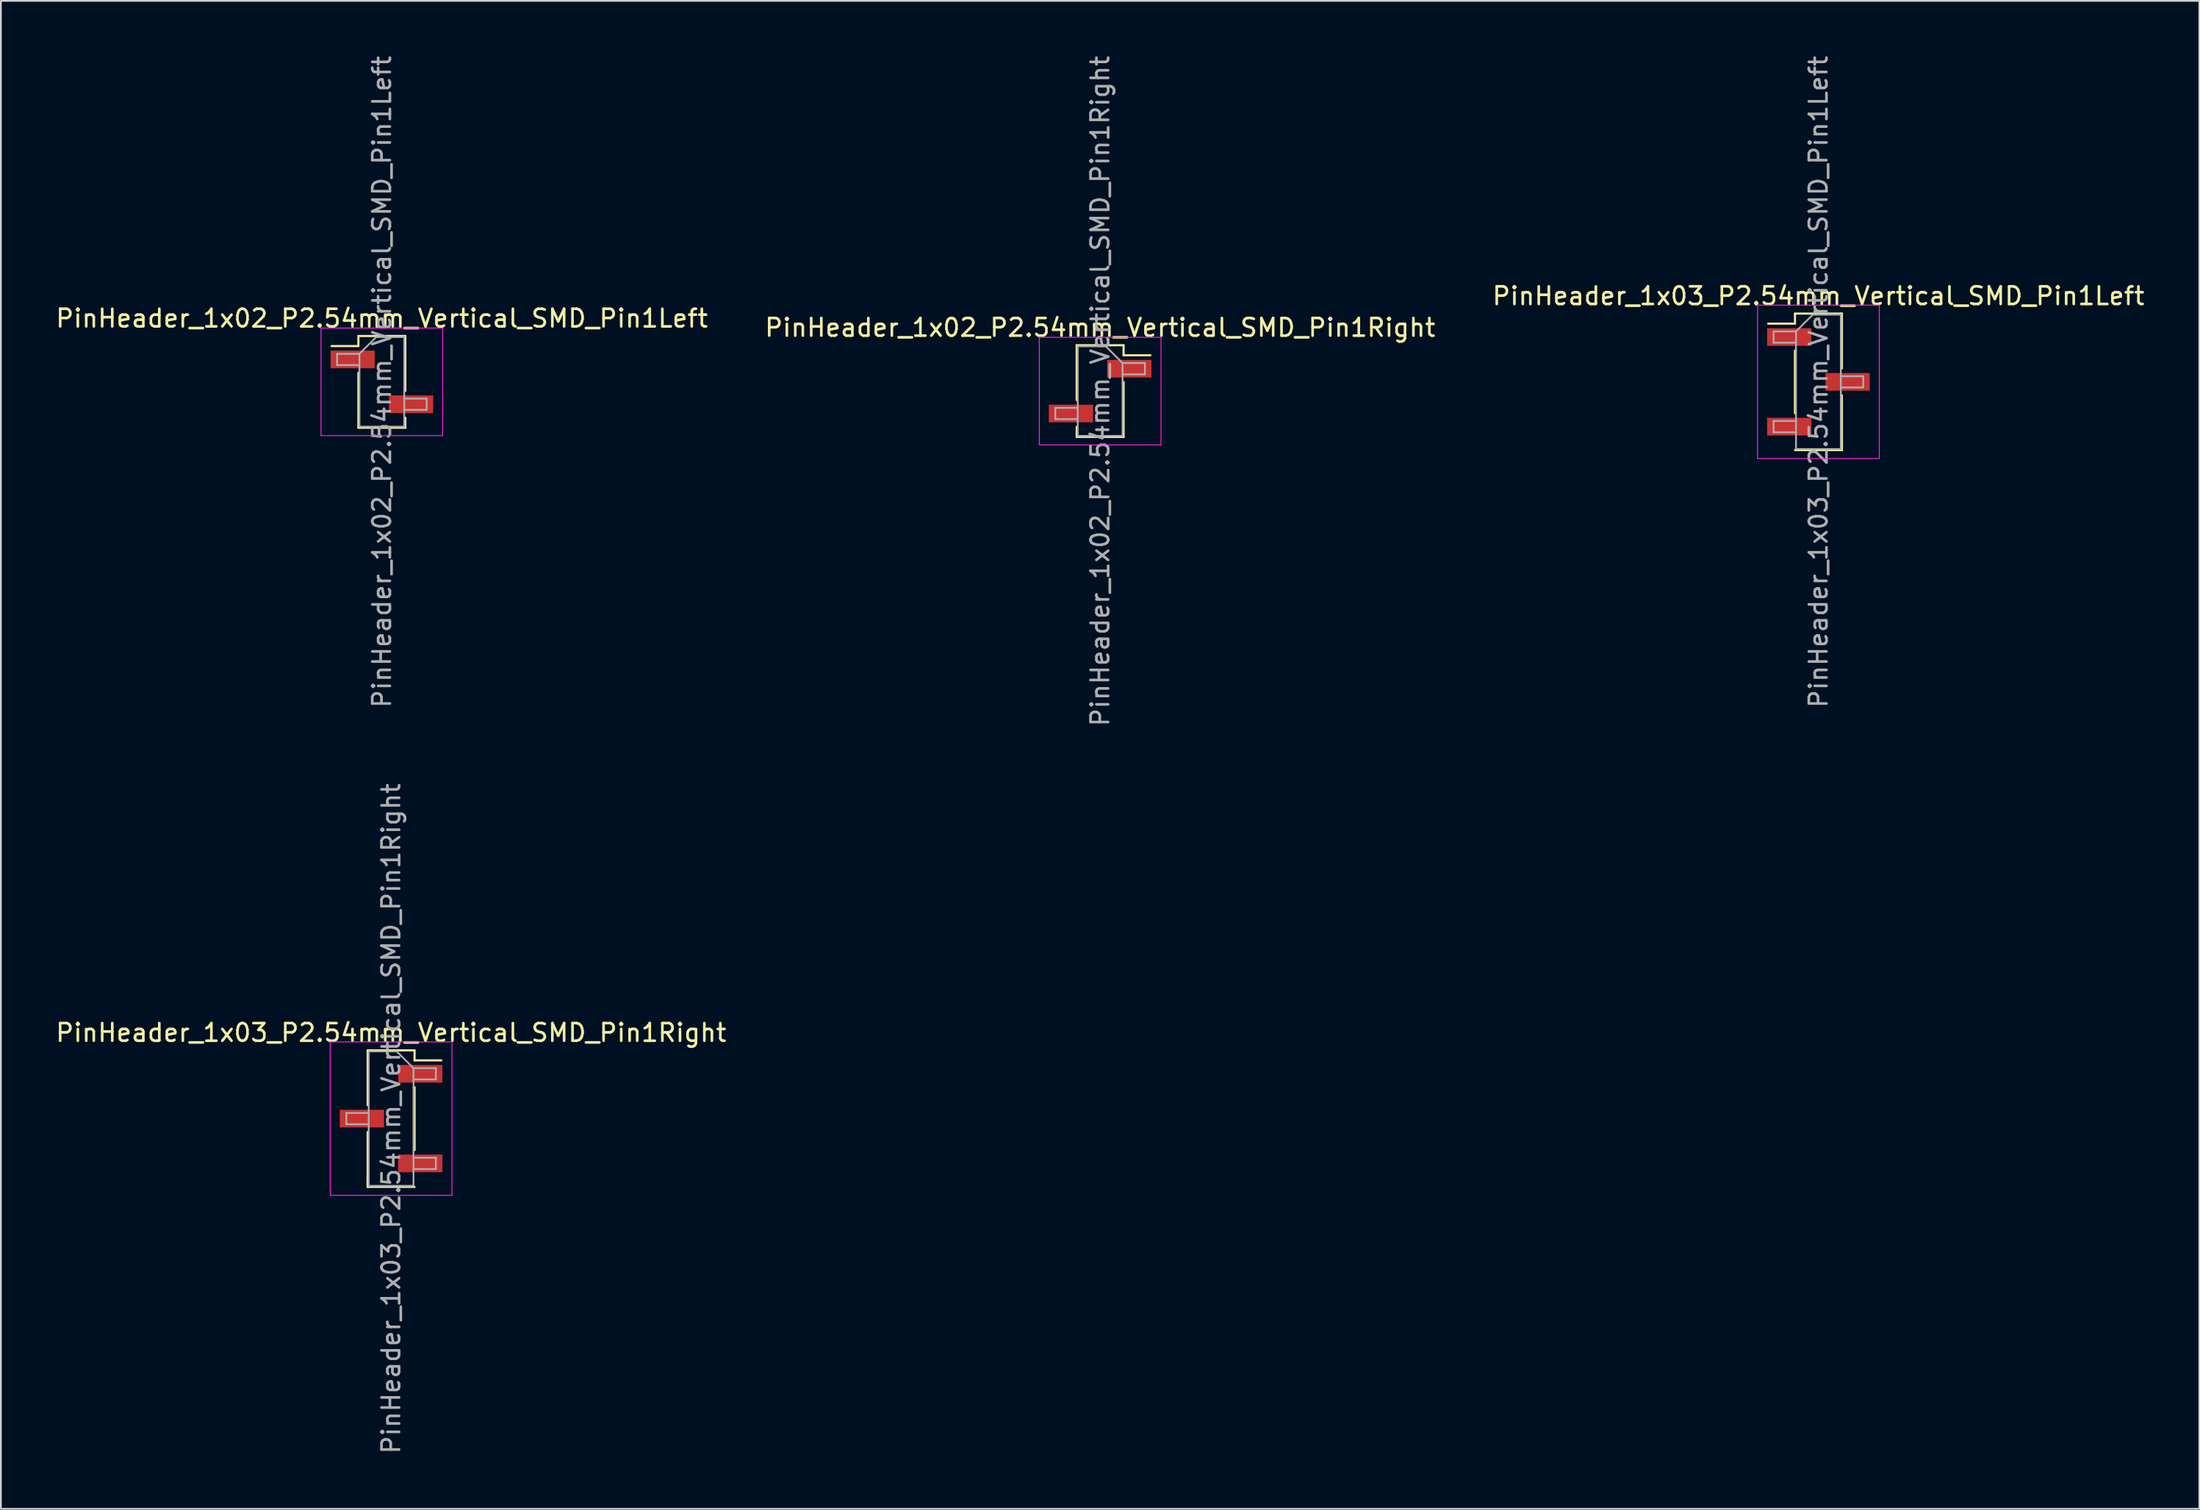
<source format=kicad_pcb>
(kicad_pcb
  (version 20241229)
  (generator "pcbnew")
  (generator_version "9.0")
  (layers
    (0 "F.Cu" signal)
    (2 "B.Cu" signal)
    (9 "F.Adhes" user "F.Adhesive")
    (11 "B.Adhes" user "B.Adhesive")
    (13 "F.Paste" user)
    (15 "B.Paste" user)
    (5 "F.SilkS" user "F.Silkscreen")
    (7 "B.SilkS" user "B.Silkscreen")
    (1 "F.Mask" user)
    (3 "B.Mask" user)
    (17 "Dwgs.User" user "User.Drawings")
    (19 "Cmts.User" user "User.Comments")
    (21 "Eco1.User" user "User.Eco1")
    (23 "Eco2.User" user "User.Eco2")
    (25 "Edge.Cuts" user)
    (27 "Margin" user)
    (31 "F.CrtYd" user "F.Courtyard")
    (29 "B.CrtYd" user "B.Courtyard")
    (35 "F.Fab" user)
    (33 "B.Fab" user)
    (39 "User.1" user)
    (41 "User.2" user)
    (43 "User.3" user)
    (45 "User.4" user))
  (footprint "PinHeader_1x02_P2.54mm_Vertical_SMD_Pin1Right"
    (layer "F.Cu")
    (at 59.327 19.125)
    (property "Reference" "PinHeader_1x02_P2.54mm_Vertical_SMD_Pin1Right" (at 0 -3.6 0) (layer "F.SilkS") (effects (font (size 1 1) (thickness 0.15))))
    (attr smd)
    (fp_line (start -1.33 -2.6) (end -1.33 0.51) (stroke (width 0.12) (type solid)) (layer "F.SilkS"))
    (fp_line (start -1.33 -2.6) (end 1.33 -2.6) (stroke (width 0.12) (type solid)) (layer "F.SilkS"))
    (fp_line (start -1.33 2.03) (end -1.33 2.6) (stroke (width 0.12) (type solid)) (layer "F.SilkS"))
    (fp_line (start -1.33 2.6) (end 1.33 2.6) (stroke (width 0.12) (type solid)) (layer "F.SilkS"))
    (fp_line (start 1.33 -2.6) (end 1.33 -2.03) (stroke (width 0.12) (type solid)) (layer "F.SilkS"))
    (fp_line (start 1.33 -2.03) (end 2.85 -2.03) (stroke (width 0.12) (type solid)) (layer "F.SilkS"))
    (fp_line (start 1.33 -0.51) (end 1.33 2.6) (stroke (width 0.12) (type solid)) (layer "F.SilkS"))
    (fp_line (start -3.45 -3.05) (end -3.45 3.05) (stroke (width 0.05) (type solid)) (layer "F.CrtYd"))
    (fp_line (start -3.45 3.05) (end 3.45 3.05) (stroke (width 0.05) (type solid)) (layer "F.CrtYd"))
    (fp_line (start 3.45 -3.05) (end -3.45 -3.05) (stroke (width 0.05) (type solid)) (layer "F.CrtYd"))
    (fp_line (start 3.45 3.05) (end 3.45 -3.05) (stroke (width 0.05) (type solid)) (layer "F.CrtYd"))
    (fp_line (start -2.54 0.95) (end -2.54 1.59) (stroke (width 0.1) (type solid)) (layer "F.Fab"))
    (fp_line (start -2.54 1.59) (end -1.27 1.59) (stroke (width 0.1) (type solid)) (layer "F.Fab"))
    (fp_line (start -1.27 -2.54) (end -1.27 2.54) (stroke (width 0.1) (type solid)) (layer "F.Fab"))
    (fp_line (start -1.27 -2.54) (end 0.32 -2.54) (stroke (width 0.1) (type solid)) (layer "F.Fab"))
    (fp_line (start -1.27 0.95) (end -2.54 0.95) (stroke (width 0.1) (type solid)) (layer "F.Fab"))
    (fp_line (start 1.27 -1.59) (end 0.32 -2.54) (stroke (width 0.1) (type solid)) (layer "F.Fab"))
    (fp_line (start 1.27 -1.59) (end 2.54 -1.59) (stroke (width 0.1) (type solid)) (layer "F.Fab"))
    (fp_line (start 1.27 2.54) (end -1.27 2.54) (stroke (width 0.1) (type solid)) (layer "F.Fab"))
    (fp_line (start 1.27 2.54) (end 1.27 -1.59) (stroke (width 0.1) (type solid)) (layer "F.Fab"))
    (fp_line (start 2.54 -1.59) (end 2.54 -0.95) (stroke (width 0.1) (type solid)) (layer "F.Fab"))
    (fp_line (start 2.54 -0.95) (end 1.27 -0.95) (stroke (width 0.1) (type solid)) (layer "F.Fab"))
    (fp_text user "${REFERENCE}" (at 0 0 90) (layer "F.Fab") (effects (font (size 1 1) (thickness 0.15))))
    (pad "1" smd rect (at 1.655 -1.27) (size 2.51 1) (layers "F.Cu" "F.Mask" "F.Paste"))
    (pad "2" smd rect (at -1.655 1.27) (size 2.51 1) (layers "F.Cu" "F.Mask" "F.Paste")))
  (footprint "PinHeader_1x03_P2.54mm_Vertical_SMD_Pin1Left"
    (layer "F.Cu")
    (at 100.054 18.601)
    (property "Reference" "PinHeader_1x03_P2.54mm_Vertical_SMD_Pin1Left" (at 0 -4.87 0) (layer "F.SilkS") (effects (font (size 1 1) (thickness 0.15))))
    (attr smd)
    (fp_line (start -1.33 -3.87) (end -1.33 -3.3) (stroke (width 0.12) (type solid)) (layer "F.SilkS"))
    (fp_line (start -1.33 -3.87) (end 1.33 -3.87) (stroke (width 0.12) (type solid)) (layer "F.SilkS"))
    (fp_line (start -1.33 -3.3) (end -2.85 -3.3) (stroke (width 0.12) (type solid)) (layer "F.SilkS"))
    (fp_line (start -1.33 -1.78) (end -1.33 1.78) (stroke (width 0.12) (type solid)) (layer "F.SilkS"))
    (fp_line (start -1.33 3.87) (end 1.33 3.87) (stroke (width 0.12) (type solid)) (layer "F.SilkS"))
    (fp_line (start 1.33 -3.87) (end 1.33 -0.76) (stroke (width 0.12) (type solid)) (layer "F.SilkS"))
    (fp_line (start 1.33 0.76) (end 1.33 3.87) (stroke (width 0.12) (type solid)) (layer "F.SilkS"))
    (fp_line (start 1.33 3.3) (end 1.33 3.87) (stroke (width 0.12) (type solid)) (layer "F.SilkS"))
    (fp_line (start -3.45 -4.35) (end -3.45 4.35) (stroke (width 0.05) (type solid)) (layer "F.CrtYd"))
    (fp_line (start -3.45 4.35) (end 3.45 4.35) (stroke (width 0.05) (type solid)) (layer "F.CrtYd"))
    (fp_line (start 3.45 -4.35) (end -3.45 -4.35) (stroke (width 0.05) (type solid)) (layer "F.CrtYd"))
    (fp_line (start 3.45 4.35) (end 3.45 -4.35) (stroke (width 0.05) (type solid)) (layer "F.CrtYd"))
    (fp_line (start -2.54 -2.86) (end -2.54 -2.22) (stroke (width 0.1) (type solid)) (layer "F.Fab"))
    (fp_line (start -2.54 -2.22) (end -1.27 -2.22) (stroke (width 0.1) (type solid)) (layer "F.Fab"))
    (fp_line (start -2.54 2.22) (end -2.54 2.86) (stroke (width 0.1) (type solid)) (layer "F.Fab"))
    (fp_line (start -2.54 2.86) (end -1.27 2.86) (stroke (width 0.1) (type solid)) (layer "F.Fab"))
    (fp_line (start -1.27 -2.86) (end -2.54 -2.86) (stroke (width 0.1) (type solid)) (layer "F.Fab"))
    (fp_line (start -1.27 -2.86) (end -0.32 -3.81) (stroke (width 0.1) (type solid)) (layer "F.Fab"))
    (fp_line (start -1.27 2.22) (end -2.54 2.22) (stroke (width 0.1) (type solid)) (layer "F.Fab"))
    (fp_line (start -1.27 3.81) (end -1.27 -2.86) (stroke (width 0.1) (type solid)) (layer "F.Fab"))
    (fp_line (start -0.32 -3.81) (end 1.27 -3.81) (stroke (width 0.1) (type solid)) (layer "F.Fab"))
    (fp_line (start 1.27 -3.81) (end 1.27 3.81) (stroke (width 0.1) (type solid)) (layer "F.Fab"))
    (fp_line (start 1.27 -0.32) (end 2.54 -0.32) (stroke (width 0.1) (type solid)) (layer "F.Fab"))
    (fp_line (start 1.27 3.81) (end -1.27 3.81) (stroke (width 0.1) (type solid)) (layer "F.Fab"))
    (fp_line (start 2.54 -0.32) (end 2.54 0.32) (stroke (width 0.1) (type solid)) (layer "F.Fab"))
    (fp_line (start 2.54 0.32) (end 1.27 0.32) (stroke (width 0.1) (type solid)) (layer "F.Fab"))
    (fp_text user "${REFERENCE}" (at 0 0 90) (layer "F.Fab") (effects (font (size 1 1) (thickness 0.15))))
    (pad "1" smd rect (at -1.655 -2.54) (size 2.51 1) (layers "F.Cu" "F.Mask" "F.Paste"))
    (pad "2" smd rect (at 1.655 0) (size 2.51 1) (layers "F.Cu" "F.Mask" "F.Paste"))
    (pad "3" smd rect (at -1.655 2.54) (size 2.51 1) (layers "F.Cu" "F.Mask" "F.Paste")))
  (footprint "PinHeader_1x02_P2.54mm_Vertical_SMD_Pin1Left"
    (layer "F.Cu")
    (at 18.601 18.601)
    (property "Reference" "PinHeader_1x02_P2.54mm_Vertical_SMD_Pin1Left" (at 0 -3.6 0) (layer "F.SilkS") (effects (font (size 1 1) (thickness 0.15))))
    (attr smd)
    (fp_line (start -1.33 -2.6) (end -1.33 -2.03) (stroke (width 0.12) (type solid)) (layer "F.SilkS"))
    (fp_line (start -1.33 -2.6) (end 1.33 -2.6) (stroke (width 0.12) (type solid)) (layer "F.SilkS"))
    (fp_line (start -1.33 -2.03) (end -2.85 -2.03) (stroke (width 0.12) (type solid)) (layer "F.SilkS"))
    (fp_line (start -1.33 -0.51) (end -1.33 2.6) (stroke (width 0.12) (type solid)) (layer "F.SilkS"))
    (fp_line (start -1.33 2.6) (end 1.33 2.6) (stroke (width 0.12) (type solid)) (layer "F.SilkS"))
    (fp_line (start 1.33 -2.6) (end 1.33 0.51) (stroke (width 0.12) (type solid)) (layer "F.SilkS"))
    (fp_line (start 1.33 2.03) (end 1.33 2.6) (stroke (width 0.12) (type solid)) (layer "F.SilkS"))
    (fp_line (start -3.45 -3.05) (end -3.45 3.05) (stroke (width 0.05) (type solid)) (layer "F.CrtYd"))
    (fp_line (start -3.45 3.05) (end 3.45 3.05) (stroke (width 0.05) (type solid)) (layer "F.CrtYd"))
    (fp_line (start 3.45 -3.05) (end -3.45 -3.05) (stroke (width 0.05) (type solid)) (layer "F.CrtYd"))
    (fp_line (start 3.45 3.05) (end 3.45 -3.05) (stroke (width 0.05) (type solid)) (layer "F.CrtYd"))
    (fp_line (start -2.54 -1.59) (end -2.54 -0.95) (stroke (width 0.1) (type solid)) (layer "F.Fab"))
    (fp_line (start -2.54 -0.95) (end -1.27 -0.95) (stroke (width 0.1) (type solid)) (layer "F.Fab"))
    (fp_line (start -1.27 -1.59) (end -2.54 -1.59) (stroke (width 0.1) (type solid)) (layer "F.Fab"))
    (fp_line (start -1.27 -1.59) (end -0.32 -2.54) (stroke (width 0.1) (type solid)) (layer "F.Fab"))
    (fp_line (start -1.27 2.54) (end -1.27 -1.59) (stroke (width 0.1) (type solid)) (layer "F.Fab"))
    (fp_line (start -0.32 -2.54) (end 1.27 -2.54) (stroke (width 0.1) (type solid)) (layer "F.Fab"))
    (fp_line (start 1.27 -2.54) (end 1.27 2.54) (stroke (width 0.1) (type solid)) (layer "F.Fab"))
    (fp_line (start 1.27 0.95) (end 2.54 0.95) (stroke (width 0.1) (type solid)) (layer "F.Fab"))
    (fp_line (start 1.27 2.54) (end -1.27 2.54) (stroke (width 0.1) (type solid)) (layer "F.Fab"))
    (fp_line (start 2.54 0.95) (end 2.54 1.59) (stroke (width 0.1) (type solid)) (layer "F.Fab"))
    (fp_line (start 2.54 1.59) (end 1.27 1.59) (stroke (width 0.1) (type solid)) (layer "F.Fab"))
    (fp_text user "${REFERENCE}" (at 0 0 90) (layer "F.Fab") (effects (font (size 1 1) (thickness 0.15))))
    (pad "1" smd rect (at -1.655 -1.27) (size 2.51 1) (layers "F.Cu" "F.Mask" "F.Paste"))
    (pad "2" smd rect (at 1.655 1.27) (size 2.51 1) (layers "F.Cu" "F.Mask" "F.Paste")))
  (footprint "PinHeader_1x03_P2.54mm_Vertical_SMD_Pin1Right"
    (layer "F.Cu")
    (at 19.125 60.375)
    (property "Reference" "PinHeader_1x03_P2.54mm_Vertical_SMD_Pin1Right" (at 0 -4.87 0) (layer "F.SilkS") (effects (font (size 1 1) (thickness 0.15))))
    (attr smd)
    (fp_line (start -1.33 -3.87) (end -1.33 -0.76) (stroke (width 0.12) (type solid)) (layer "F.SilkS"))
    (fp_line (start -1.33 -3.87) (end 1.33 -3.87) (stroke (width 0.12) (type solid)) (layer "F.SilkS"))
    (fp_line (start -1.33 0.76) (end -1.33 3.87) (stroke (width 0.12) (type solid)) (layer "F.SilkS"))
    (fp_line (start -1.33 3.3) (end -1.33 3.87) (stroke (width 0.12) (type solid)) (layer "F.SilkS"))
    (fp_line (start -1.33 3.87) (end 1.33 3.87) (stroke (width 0.12) (type solid)) (layer "F.SilkS"))
    (fp_line (start 1.33 -3.87) (end 1.33 -3.3) (stroke (width 0.12) (type solid)) (layer "F.SilkS"))
    (fp_line (start 1.33 -3.3) (end 2.85 -3.3) (stroke (width 0.12) (type solid)) (layer "F.SilkS"))
    (fp_line (start 1.33 -1.78) (end 1.33 1.78) (stroke (width 0.12) (type solid)) (layer "F.SilkS"))
    (fp_line (start -3.45 -4.35) (end -3.45 4.35) (stroke (width 0.05) (type solid)) (layer "F.CrtYd"))
    (fp_line (start -3.45 4.35) (end 3.45 4.35) (stroke (width 0.05) (type solid)) (layer "F.CrtYd"))
    (fp_line (start 3.45 -4.35) (end -3.45 -4.35) (stroke (width 0.05) (type solid)) (layer "F.CrtYd"))
    (fp_line (start 3.45 4.35) (end 3.45 -4.35) (stroke (width 0.05) (type solid)) (layer "F.CrtYd"))
    (fp_line (start -2.54 -0.32) (end -2.54 0.32) (stroke (width 0.1) (type solid)) (layer "F.Fab"))
    (fp_line (start -2.54 0.32) (end -1.27 0.32) (stroke (width 0.1) (type solid)) (layer "F.Fab"))
    (fp_line (start -1.27 -3.81) (end -1.27 3.81) (stroke (width 0.1) (type solid)) (layer "F.Fab"))
    (fp_line (start -1.27 -3.81) (end 0.32 -3.81) (stroke (width 0.1) (type solid)) (layer "F.Fab"))
    (fp_line (start -1.27 -0.32) (end -2.54 -0.32) (stroke (width 0.1) (type solid)) (layer "F.Fab"))
    (fp_line (start 1.27 -2.86) (end 0.32 -3.81) (stroke (width 0.1) (type solid)) (layer "F.Fab"))
    (fp_line (start 1.27 -2.86) (end 2.54 -2.86) (stroke (width 0.1) (type solid)) (layer "F.Fab"))
    (fp_line (start 1.27 2.22) (end 2.54 2.22) (stroke (width 0.1) (type solid)) (layer "F.Fab"))
    (fp_line (start 1.27 3.81) (end -1.27 3.81) (stroke (width 0.1) (type solid)) (layer "F.Fab"))
    (fp_line (start 1.27 3.81) (end 1.27 -2.86) (stroke (width 0.1) (type solid)) (layer "F.Fab"))
    (fp_line (start 2.54 -2.86) (end 2.54 -2.22) (stroke (width 0.1) (type solid)) (layer "F.Fab"))
    (fp_line (start 2.54 -2.22) (end 1.27 -2.22) (stroke (width 0.1) (type solid)) (layer "F.Fab"))
    (fp_line (start 2.54 2.22) (end 2.54 2.86) (stroke (width 0.1) (type solid)) (layer "F.Fab"))
    (fp_line (start 2.54 2.86) (end 1.27 2.86) (stroke (width 0.1) (type solid)) (layer "F.Fab"))
    (fp_text user "${REFERENCE}" (at 0 0 90) (layer "F.Fab") (effects (font (size 1 1) (thickness 0.15))))
    (pad "1" smd rect (at 1.655 -2.54) (size 2.51 1) (layers "F.Cu" "F.Mask" "F.Paste"))
    (pad "2" smd rect (at -1.655 0) (size 2.51 1) (layers "F.Cu" "F.Mask" "F.Paste"))
    (pad "3" smd rect (at 1.655 2.54) (size 2.51 1) (layers "F.Cu" "F.Mask" "F.Paste")))
  (gr_rect
    (start -3 -3)
    (end 121.655 82.5)
    (stroke (width 0.1) (type default))
    (fill no)
    (layer "Edge.Cuts")))
</source>
